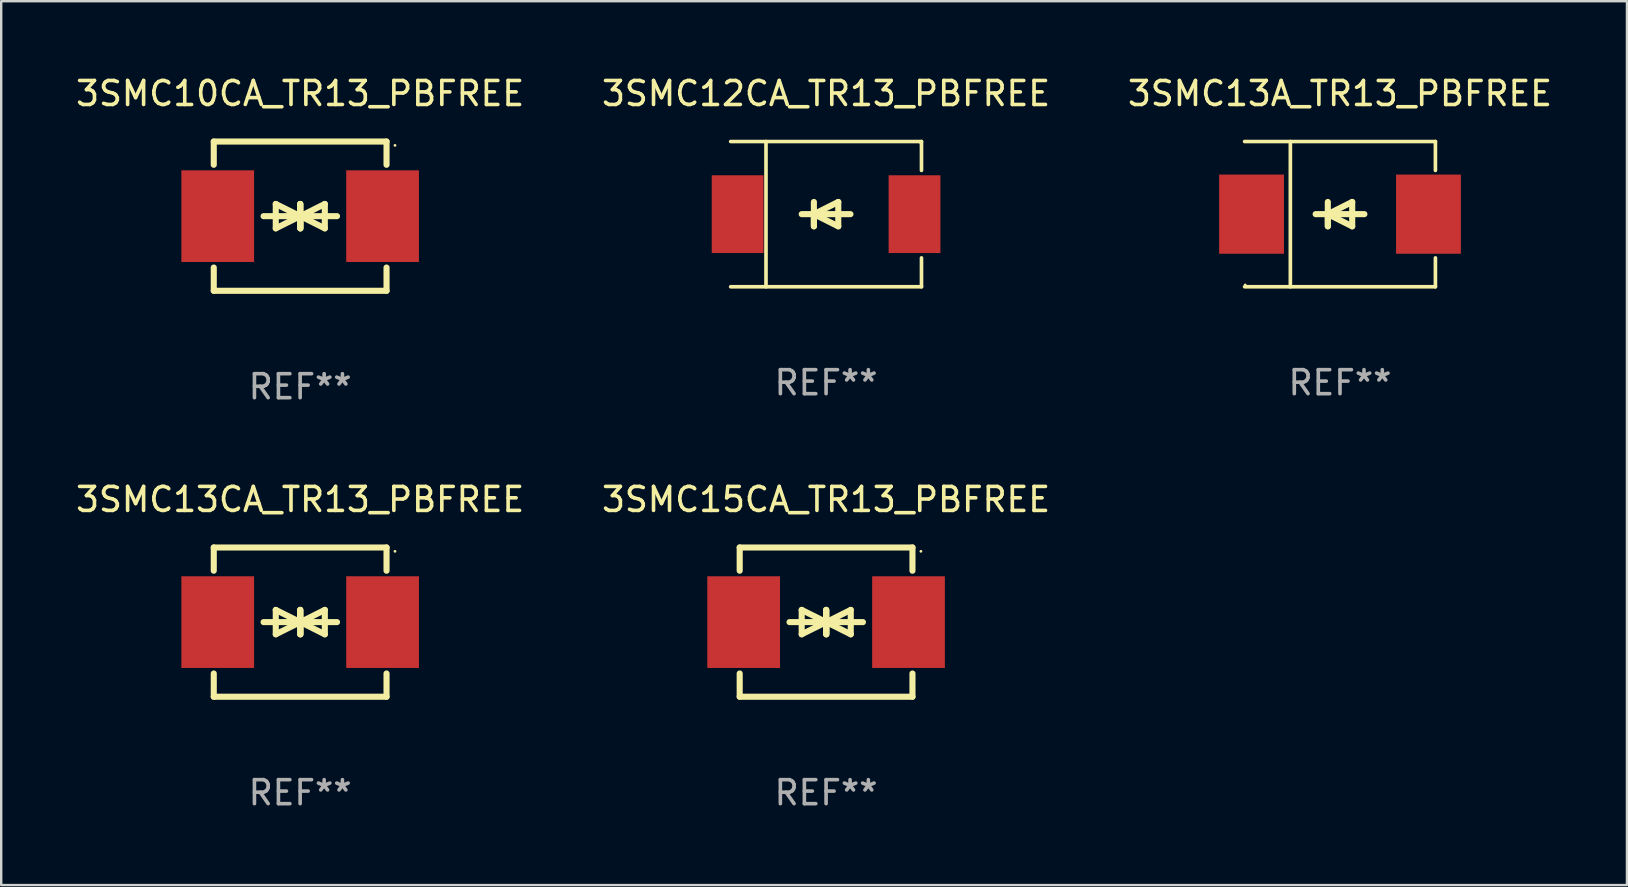
<source format=kicad_pcb>
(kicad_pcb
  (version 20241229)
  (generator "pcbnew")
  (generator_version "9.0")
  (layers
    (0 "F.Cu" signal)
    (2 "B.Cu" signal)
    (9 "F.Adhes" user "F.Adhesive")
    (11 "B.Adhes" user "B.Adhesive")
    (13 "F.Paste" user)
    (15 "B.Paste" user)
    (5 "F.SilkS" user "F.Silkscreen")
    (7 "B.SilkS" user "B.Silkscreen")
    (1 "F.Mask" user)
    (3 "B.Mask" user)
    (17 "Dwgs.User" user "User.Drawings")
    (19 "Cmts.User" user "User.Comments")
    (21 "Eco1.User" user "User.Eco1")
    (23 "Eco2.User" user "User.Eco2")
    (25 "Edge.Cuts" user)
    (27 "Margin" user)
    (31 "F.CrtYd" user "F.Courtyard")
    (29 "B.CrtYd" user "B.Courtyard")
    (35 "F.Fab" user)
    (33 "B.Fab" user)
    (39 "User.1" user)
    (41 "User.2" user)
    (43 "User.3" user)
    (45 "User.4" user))
  (footprint "3SMC12CA_TR13_PBFREE"
    (layer "F.Cu")
    (at 31.375 5.874)
    (property "Reference" "3SMC12CA_TR13_PBFREE" (at 0 -5.026 0) (layer "F.SilkS") (effects (font (size 1 1) (thickness 0.15))))
    (attr through_hole)
    (fp_line (start -3.976 -3.026) (end 3.976 -3.026) (stroke (width 0.152) (type solid)) (layer "F.SilkS"))
    (fp_line (start -3.976 3.026) (end 3.976 3.026) (stroke (width 0.152) (type solid)) (layer "F.SilkS"))
    (fp_line (start -2.504 -3.026) (end -2.504 3.026) (stroke (width 0.152) (type solid)) (layer "F.SilkS"))
    (fp_line (start -0.508 0) (end -0.508 0.508) (stroke (width 0.254) (type solid)) (layer "F.SilkS"))
    (fp_line (start -0.508 0) (end 0.508 0.508) (stroke (width 0.254) (type solid)) (layer "F.SilkS"))
    (fp_line (start -0.508 0.508) (end -0.508 -0.508) (stroke (width 0.254) (type solid)) (layer "F.SilkS"))
    (fp_line (start 0.508 -0.508) (end -0.508 0) (stroke (width 0.254) (type solid)) (layer "F.SilkS"))
    (fp_line (start 0.508 0.508) (end 0.508 -0.508) (stroke (width 0.254) (type solid)) (layer "F.SilkS"))
    (fp_line (start 1.016 0) (end -1.016 0) (stroke (width 0.254) (type solid)) (layer "F.SilkS"))
    (fp_line (start 3.976 -3.026) (end 3.976 -1.823) (stroke (width 0.152) (type solid)) (layer "F.SilkS"))
    (fp_line (start 3.976 3.026) (end 3.976 1.823) (stroke (width 0.152) (type solid)) (layer "F.SilkS"))
    (fp_circle (center 3.95 -2.95) (end 3.98 -2.95) (stroke (width 0.06) (type solid)) (fill no) (layer "F.SilkS"))
    (fp_text user "REF**" (at 0 7.026 0) (layer "F.Fab") (effects (font (size 1 1) (thickness 0.15))))
    (pad "1" smd rect (at 3.686 0 180) (size 2.158 3.24) (layers "F.Cu" "F.Mask" "F.Paste"))
    (pad "2" smd rect (at -3.686 0 180) (size 2.158 3.24) (layers "F.Cu" "F.Mask" "F.Paste")))
  (footprint "3SMC13A_TR13_PBFREE"
    (layer "F.Cu")
    (at 52.792 5.874)
    (property "Reference" "3SMC13A_TR13_PBFREE" (at 0 -5.026 0) (layer "F.SilkS") (effects (font (size 1 1) (thickness 0.15))))
    (attr through_hole)
    (fp_line (start -3.976 -3.026) (end 3.976 -3.026) (stroke (width 0.152) (type solid)) (layer "F.SilkS"))
    (fp_line (start -3.976 3.026) (end 3.976 3.026) (stroke (width 0.152) (type solid)) (layer "F.SilkS"))
    (fp_line (start -2.069 -3.026) (end -2.069 3.026) (stroke (width 0.152) (type solid)) (layer "F.SilkS"))
    (fp_line (start -0.508 0) (end -0.508 0.508) (stroke (width 0.254) (type solid)) (layer "F.SilkS"))
    (fp_line (start -0.508 0) (end 0.508 0.508) (stroke (width 0.254) (type solid)) (layer "F.SilkS"))
    (fp_line (start -0.508 0.508) (end -0.508 -0.508) (stroke (width 0.254) (type solid)) (layer "F.SilkS"))
    (fp_line (start 0.508 -0.508) (end -0.508 0) (stroke (width 0.254) (type solid)) (layer "F.SilkS"))
    (fp_line (start 0.508 0.508) (end 0.508 -0.508) (stroke (width 0.254) (type solid)) (layer "F.SilkS"))
    (fp_line (start 1.016 0) (end -1.016 0) (stroke (width 0.254) (type solid)) (layer "F.SilkS"))
    (fp_line (start 3.976 -3.026) (end 3.976 -1.823) (stroke (width 0.152) (type solid)) (layer "F.SilkS"))
    (fp_line (start 3.976 3.026) (end 3.976 1.823) (stroke (width 0.152) (type solid)) (layer "F.SilkS"))
    (fp_circle (center -3.95 2.95) (end -3.92 2.95) (stroke (width 0.06) (type solid)) (fill no) (layer "F.SilkS"))
    (fp_text user "REF**" (at 0 7.026 0) (layer "F.Fab") (effects (font (size 1 1) (thickness 0.15))))
    (pad "1" smd rect (at -3.686 0) (size 2.7 3.3) (layers "F.Cu" "F.Mask" "F.Paste"))
    (pad "2" smd rect (at 3.686 0) (size 2.7 3.3) (layers "F.Cu" "F.Mask" "F.Paste")))
  (footprint "3SMC15CA_TR13_PBFREE"
    (layer "F.Cu")
    (at 31.375 22.875)
    (property "Reference" "3SMC15CA_TR13_PBFREE" (at 0 -5.11 0) (layer "F.SilkS") (effects (font (size 1 1) (thickness 0.15))))
    (attr through_hole)
    (fp_line (start -3.6 -2.141) (end -3.6 -3.11) (stroke (width 0.254) (type solid)) (layer "F.SilkS"))
    (fp_line (start -3.6 3.11) (end -3.6 2.141) (stroke (width 0.254) (type solid)) (layer "F.SilkS"))
    (fp_line (start -1.524 0) (end 0.508 0) (stroke (width 0.254) (type solid)) (layer "F.SilkS"))
    (fp_line (start -1.016 -0.508) (end -1.016 0.508) (stroke (width 0.254) (type solid)) (layer "F.SilkS"))
    (fp_line (start -1.016 0.508) (end 0 0) (stroke (width 0.254) (type solid)) (layer "F.SilkS"))
    (fp_line (start 0 -0.508) (end 0 0.508) (stroke (width 0.254) (type solid)) (layer "F.SilkS"))
    (fp_line (start 0 0) (end -1.016 -0.508) (stroke (width 0.254) (type solid)) (layer "F.SilkS"))
    (fp_line (start 0 0) (end 0 -0.508) (stroke (width 0.254) (type solid)) (layer "F.SilkS"))
    (fp_line (start 0.012 0) (end 0.012 0.508) (stroke (width 0.254) (type solid)) (layer "F.SilkS"))
    (fp_line (start 0.012 0) (end 1.028 0.508) (stroke (width 0.254) (type solid)) (layer "F.SilkS"))
    (fp_line (start 0.012 0.508) (end 0.012 -0.508) (stroke (width 0.254) (type solid)) (layer "F.SilkS"))
    (fp_line (start 1.028 -0.508) (end 0.012 0) (stroke (width 0.254) (type solid)) (layer "F.SilkS"))
    (fp_line (start 1.028 0.508) (end 1.028 -0.508) (stroke (width 0.254) (type solid)) (layer "F.SilkS"))
    (fp_line (start 1.536 0) (end -0.496 0) (stroke (width 0.254) (type solid)) (layer "F.SilkS"))
    (fp_line (start 3.6 -3.11) (end -3.6 -3.11) (stroke (width 0.254) (type solid)) (layer "F.SilkS"))
    (fp_line (start 3.6 -2.141) (end 3.6 -3.11) (stroke (width 0.254) (type solid)) (layer "F.SilkS"))
    (fp_line (start 3.6 3.11) (end -3.6 3.11) (stroke (width 0.254) (type solid)) (layer "F.SilkS"))
    (fp_line (start 3.6 3.11) (end 3.6 2.141) (stroke (width 0.254) (type solid)) (layer "F.SilkS"))
    (fp_circle (center 3.952 -2.95) (end 3.982 -2.95) (stroke (width 0.06) (type solid)) (fill no) (layer "F.SilkS"))
    (fp_text user "REF**" (at 0 7.11 0) (layer "F.Fab") (effects (font (size 1 1) (thickness 0.15))))
    (pad "1" smd rect (at 3.435 0) (size 3.03 3.82) (layers "F.Cu" "F.Mask" "F.Paste"))
    (pad "2" smd rect (at -3.435 0) (size 3.03 3.82) (layers "F.Cu" "F.Mask" "F.Paste")))
  (footprint "3SMC10CA_TR13_PBFREE"
    (layer "F.Cu")
    (at 9.458 5.958)
    (property "Reference" "3SMC10CA_TR13_PBFREE" (at 0 -5.11 0) (layer "F.SilkS") (effects (font (size 1 1) (thickness 0.15))))
    (attr through_hole)
    (fp_line (start -3.6 -2.141) (end -3.6 -3.11) (stroke (width 0.254) (type solid)) (layer "F.SilkS"))
    (fp_line (start -3.6 3.11) (end -3.6 2.141) (stroke (width 0.254) (type solid)) (layer "F.SilkS"))
    (fp_line (start -1.524 0) (end 0.508 0) (stroke (width 0.254) (type solid)) (layer "F.SilkS"))
    (fp_line (start -1.016 -0.508) (end -1.016 0.508) (stroke (width 0.254) (type solid)) (layer "F.SilkS"))
    (fp_line (start -1.016 0.508) (end 0 0) (stroke (width 0.254) (type solid)) (layer "F.SilkS"))
    (fp_line (start 0 -0.508) (end 0 0.508) (stroke (width 0.254) (type solid)) (layer "F.SilkS"))
    (fp_line (start 0 0) (end -1.016 -0.508) (stroke (width 0.254) (type solid)) (layer "F.SilkS"))
    (fp_line (start 0 0) (end 0 -0.508) (stroke (width 0.254) (type solid)) (layer "F.SilkS"))
    (fp_line (start 0.012 0) (end 0.012 0.508) (stroke (width 0.254) (type solid)) (layer "F.SilkS"))
    (fp_line (start 0.012 0) (end 1.028 0.508) (stroke (width 0.254) (type solid)) (layer "F.SilkS"))
    (fp_line (start 0.012 0.508) (end 0.012 -0.508) (stroke (width 0.254) (type solid)) (layer "F.SilkS"))
    (fp_line (start 1.028 -0.508) (end 0.012 0) (stroke (width 0.254) (type solid)) (layer "F.SilkS"))
    (fp_line (start 1.028 0.508) (end 1.028 -0.508) (stroke (width 0.254) (type solid)) (layer "F.SilkS"))
    (fp_line (start 1.536 0) (end -0.496 0) (stroke (width 0.254) (type solid)) (layer "F.SilkS"))
    (fp_line (start 3.6 -3.11) (end -3.6 -3.11) (stroke (width 0.254) (type solid)) (layer "F.SilkS"))
    (fp_line (start 3.6 -2.141) (end 3.6 -3.11) (stroke (width 0.254) (type solid)) (layer "F.SilkS"))
    (fp_line (start 3.6 3.11) (end -3.6 3.11) (stroke (width 0.254) (type solid)) (layer "F.SilkS"))
    (fp_line (start 3.6 3.11) (end 3.6 2.141) (stroke (width 0.254) (type solid)) (layer "F.SilkS"))
    (fp_circle (center 3.952 -2.95) (end 3.982 -2.95) (stroke (width 0.06) (type solid)) (fill no) (layer "F.SilkS"))
    (fp_text user "REF**" (at 0 7.11 0) (layer "F.Fab") (effects (font (size 1 1) (thickness 0.15))))
    (pad "1" smd rect (at 3.435 0) (size 3.03 3.82) (layers "F.Cu" "F.Mask" "F.Paste"))
    (pad "2" smd rect (at -3.435 0) (size 3.03 3.82) (layers "F.Cu" "F.Mask" "F.Paste")))
  (footprint "3SMC13CA_TR13_PBFREE"
    (layer "F.Cu")
    (at 9.458 22.875)
    (property "Reference" "3SMC13CA_TR13_PBFREE" (at 0 -5.11 0) (layer "F.SilkS") (effects (font (size 1 1) (thickness 0.15))))
    (attr through_hole)
    (fp_line (start -3.6 -2.141) (end -3.6 -3.11) (stroke (width 0.254) (type solid)) (layer "F.SilkS"))
    (fp_line (start -3.6 3.11) (end -3.6 2.141) (stroke (width 0.254) (type solid)) (layer "F.SilkS"))
    (fp_line (start -1.524 0) (end 0.508 0) (stroke (width 0.254) (type solid)) (layer "F.SilkS"))
    (fp_line (start -1.016 -0.508) (end -1.016 0.508) (stroke (width 0.254) (type solid)) (layer "F.SilkS"))
    (fp_line (start -1.016 0.508) (end 0 0) (stroke (width 0.254) (type solid)) (layer "F.SilkS"))
    (fp_line (start 0 -0.508) (end 0 0.508) (stroke (width 0.254) (type solid)) (layer "F.SilkS"))
    (fp_line (start 0 0) (end -1.016 -0.508) (stroke (width 0.254) (type solid)) (layer "F.SilkS"))
    (fp_line (start 0 0) (end 0 -0.508) (stroke (width 0.254) (type solid)) (layer "F.SilkS"))
    (fp_line (start 0.012 0) (end 0.012 0.508) (stroke (width 0.254) (type solid)) (layer "F.SilkS"))
    (fp_line (start 0.012 0) (end 1.028 0.508) (stroke (width 0.254) (type solid)) (layer "F.SilkS"))
    (fp_line (start 0.012 0.508) (end 0.012 -0.508) (stroke (width 0.254) (type solid)) (layer "F.SilkS"))
    (fp_line (start 1.028 -0.508) (end 0.012 0) (stroke (width 0.254) (type solid)) (layer "F.SilkS"))
    (fp_line (start 1.028 0.508) (end 1.028 -0.508) (stroke (width 0.254) (type solid)) (layer "F.SilkS"))
    (fp_line (start 1.536 0) (end -0.496 0) (stroke (width 0.254) (type solid)) (layer "F.SilkS"))
    (fp_line (start 3.6 -3.11) (end -3.6 -3.11) (stroke (width 0.254) (type solid)) (layer "F.SilkS"))
    (fp_line (start 3.6 -2.141) (end 3.6 -3.11) (stroke (width 0.254) (type solid)) (layer "F.SilkS"))
    (fp_line (start 3.6 3.11) (end -3.6 3.11) (stroke (width 0.254) (type solid)) (layer "F.SilkS"))
    (fp_line (start 3.6 3.11) (end 3.6 2.141) (stroke (width 0.254) (type solid)) (layer "F.SilkS"))
    (fp_circle (center 3.952 -2.95) (end 3.982 -2.95) (stroke (width 0.06) (type solid)) (fill no) (layer "F.SilkS"))
    (fp_text user "REF**" (at 0 7.11 0) (layer "F.Fab") (effects (font (size 1 1) (thickness 0.15))))
    (pad "1" smd rect (at 3.435 0) (size 3.03 3.82) (layers "F.Cu" "F.Mask" "F.Paste"))
    (pad "2" smd rect (at -3.435 0) (size 3.03 3.82) (layers "F.Cu" "F.Mask" "F.Paste")))
  (gr_rect
    (start -3 -3)
    (end 64.75 33.833)
    (stroke (width 0.1) (type default))
    (fill no)
    (layer "Edge.Cuts")))
</source>
